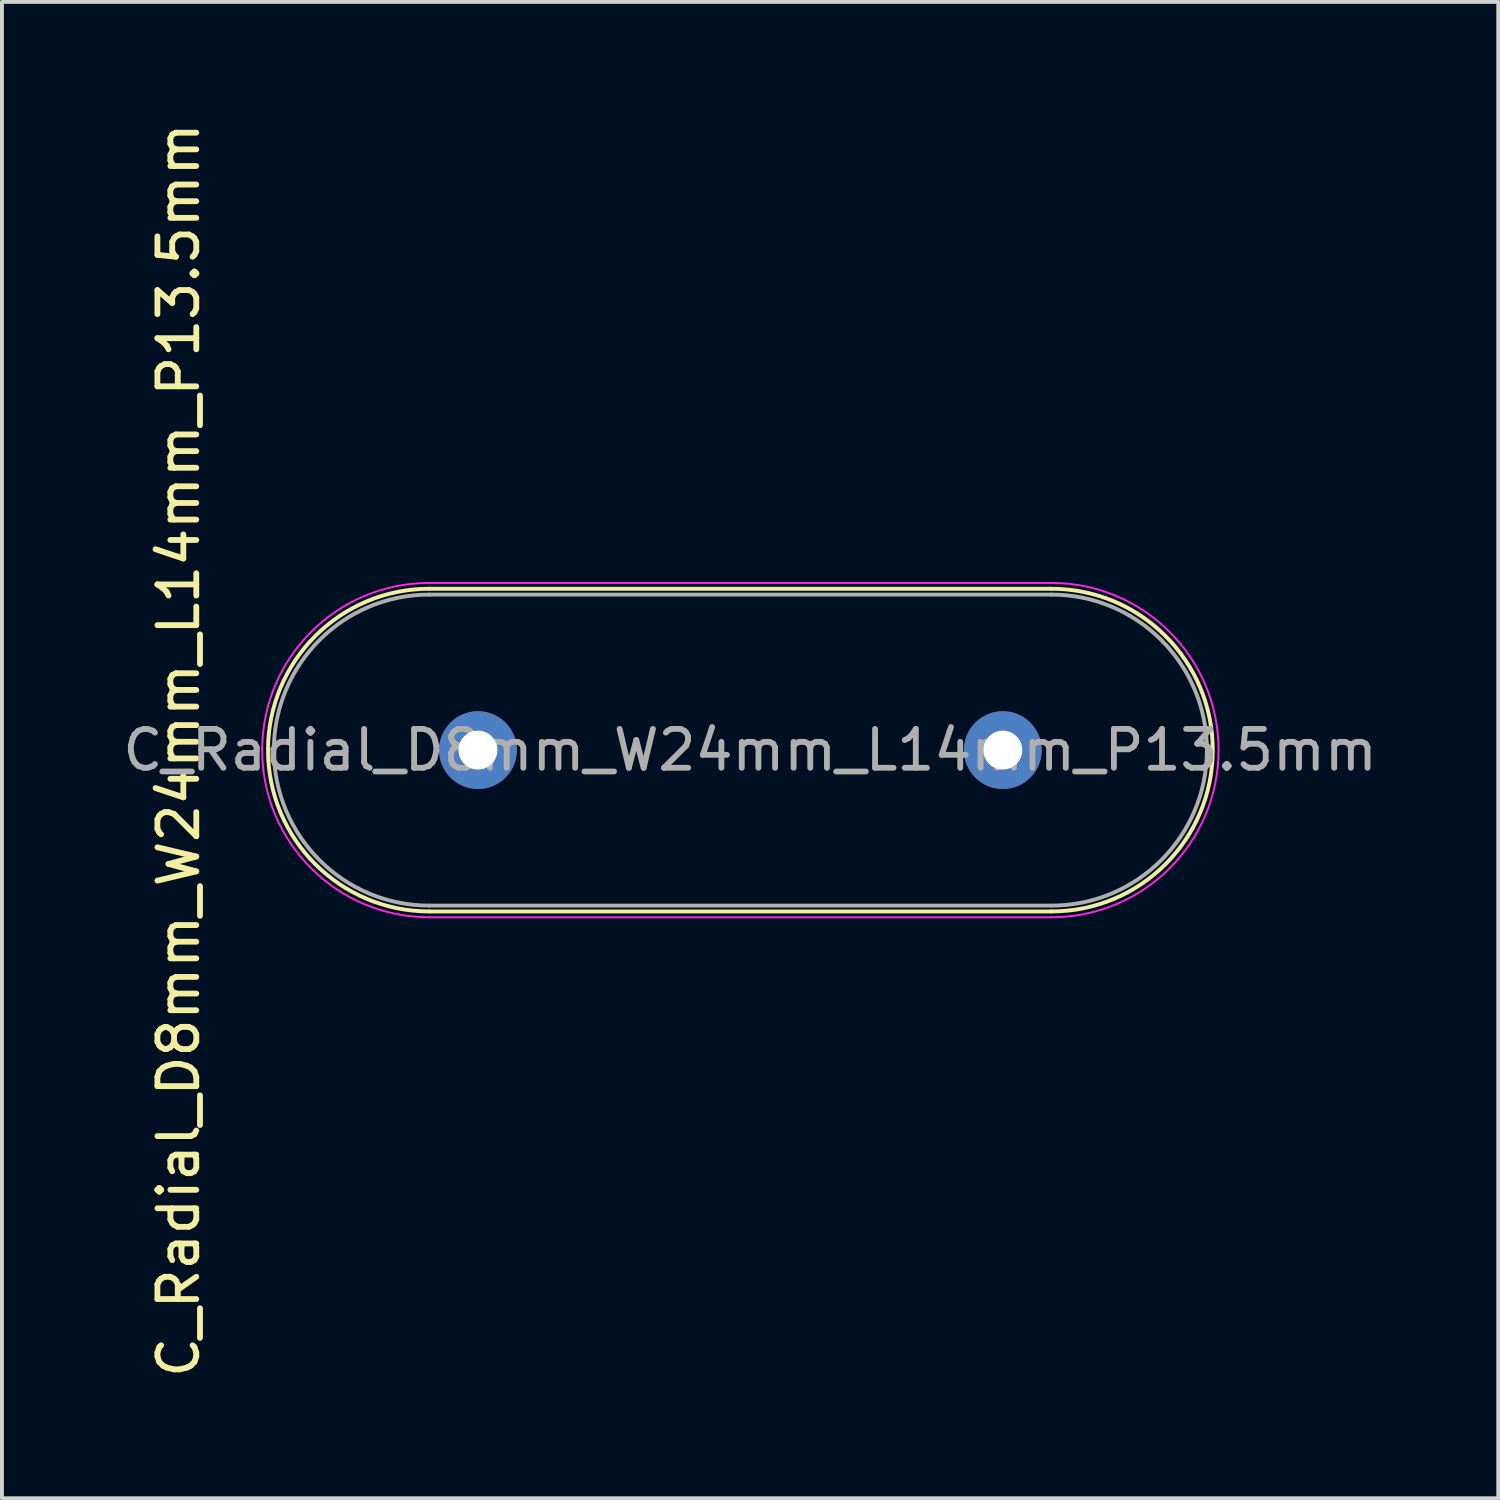
<source format=kicad_pcb>
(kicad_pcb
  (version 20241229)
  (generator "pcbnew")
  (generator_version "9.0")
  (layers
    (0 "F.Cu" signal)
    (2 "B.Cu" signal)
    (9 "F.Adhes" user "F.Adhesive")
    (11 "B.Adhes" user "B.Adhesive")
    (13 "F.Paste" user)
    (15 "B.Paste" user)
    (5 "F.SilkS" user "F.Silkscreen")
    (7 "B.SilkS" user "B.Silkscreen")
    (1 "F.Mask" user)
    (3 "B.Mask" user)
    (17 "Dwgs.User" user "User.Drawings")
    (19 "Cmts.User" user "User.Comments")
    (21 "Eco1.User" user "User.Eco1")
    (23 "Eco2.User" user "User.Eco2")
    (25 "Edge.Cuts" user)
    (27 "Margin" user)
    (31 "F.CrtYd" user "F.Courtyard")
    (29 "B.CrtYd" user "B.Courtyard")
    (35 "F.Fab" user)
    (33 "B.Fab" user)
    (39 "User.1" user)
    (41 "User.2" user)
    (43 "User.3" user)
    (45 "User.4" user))
  (footprint "C_Radial_D8mm_W24mm_L14mm_P13.5mm"
    (layer "F.Cu")
    (at 12.494 16.244)
    (property "Reference" "C_Radial_D8mm_W24mm_L14mm_P13.5mm" (at -10.95 0 90) (layer "F.SilkS") (effects (font (size 1 1) (thickness 0.15))))
    (attr through_hole)
    (fp_line (start -4.5 4.15) (end 11.5 4.15) (stroke (width 0.1) (type default)) (layer "F.SilkS"))
    (fp_line (start 11.5 -4.15) (end -4.5 -4.15) (stroke (width 0.1) (type default)) (layer "F.SilkS"))
    (fp_arc (start -4.5 4.15) (mid -8.65 0) (end -4.5 -4.15) (stroke (width 0.1) (type solid)) (layer "F.SilkS"))
    (fp_arc (start 11.5 -4.15) (mid 15.65 0) (end 11.5 4.15) (stroke (width 0.1) (type default)) (layer "F.SilkS"))
    (fp_line (start -4.5 -4.3) (end 11.5 -4.3) (stroke (width 0.05) (type default)) (layer "F.CrtYd"))
    (fp_line (start -4.5 4.3) (end 11.5 4.3) (stroke (width 0.05) (type default)) (layer "F.CrtYd"))
    (fp_arc (start -4.5 4.3) (mid -8.8 0) (end -4.5 -4.3) (stroke (width 0.05) (type solid)) (layer "F.CrtYd"))
    (fp_arc (start 11.5 -4.3) (mid 15.8 0) (end 11.5 4.3) (stroke (width 0.05) (type solid)) (layer "F.CrtYd"))
    (fp_line (start -4.5 4) (end 11.5 4) (stroke (width 0.1) (type default)) (layer "F.Fab"))
    (fp_line (start 11.5 -4) (end -4.5 -4) (stroke (width 0.1) (type default)) (layer "F.Fab"))
    (fp_arc (start -4.5 4) (mid -8.5 0) (end -4.5 -4) (stroke (width 0.1) (type default)) (layer "F.Fab"))
    (fp_arc (start 11.5 -4) (mid 15.5 0) (end 11.5 4) (stroke (width 0.1) (type default)) (layer "F.Fab"))
    (fp_text user "${REFERENCE}" (at 3.75 0 0) (layer "F.Fab") (effects (font (size 1 1) (thickness 0.15))))
    (pad "1" thru_hole circle (at -3.25 0) (size 2 2) (drill 1) (layers "*.Cu" "*.Mask"))
    (pad "2" thru_hole circle (at 10.25 0) (size 2 2) (drill 1) (layers "*.Cu" "*.Mask")))
  (gr_rect
    (start -3 -3)
    (end 35.488 35.488)
    (stroke (width 0.1) (type default))
    (fill no)
    (layer "Edge.Cuts")))
</source>
